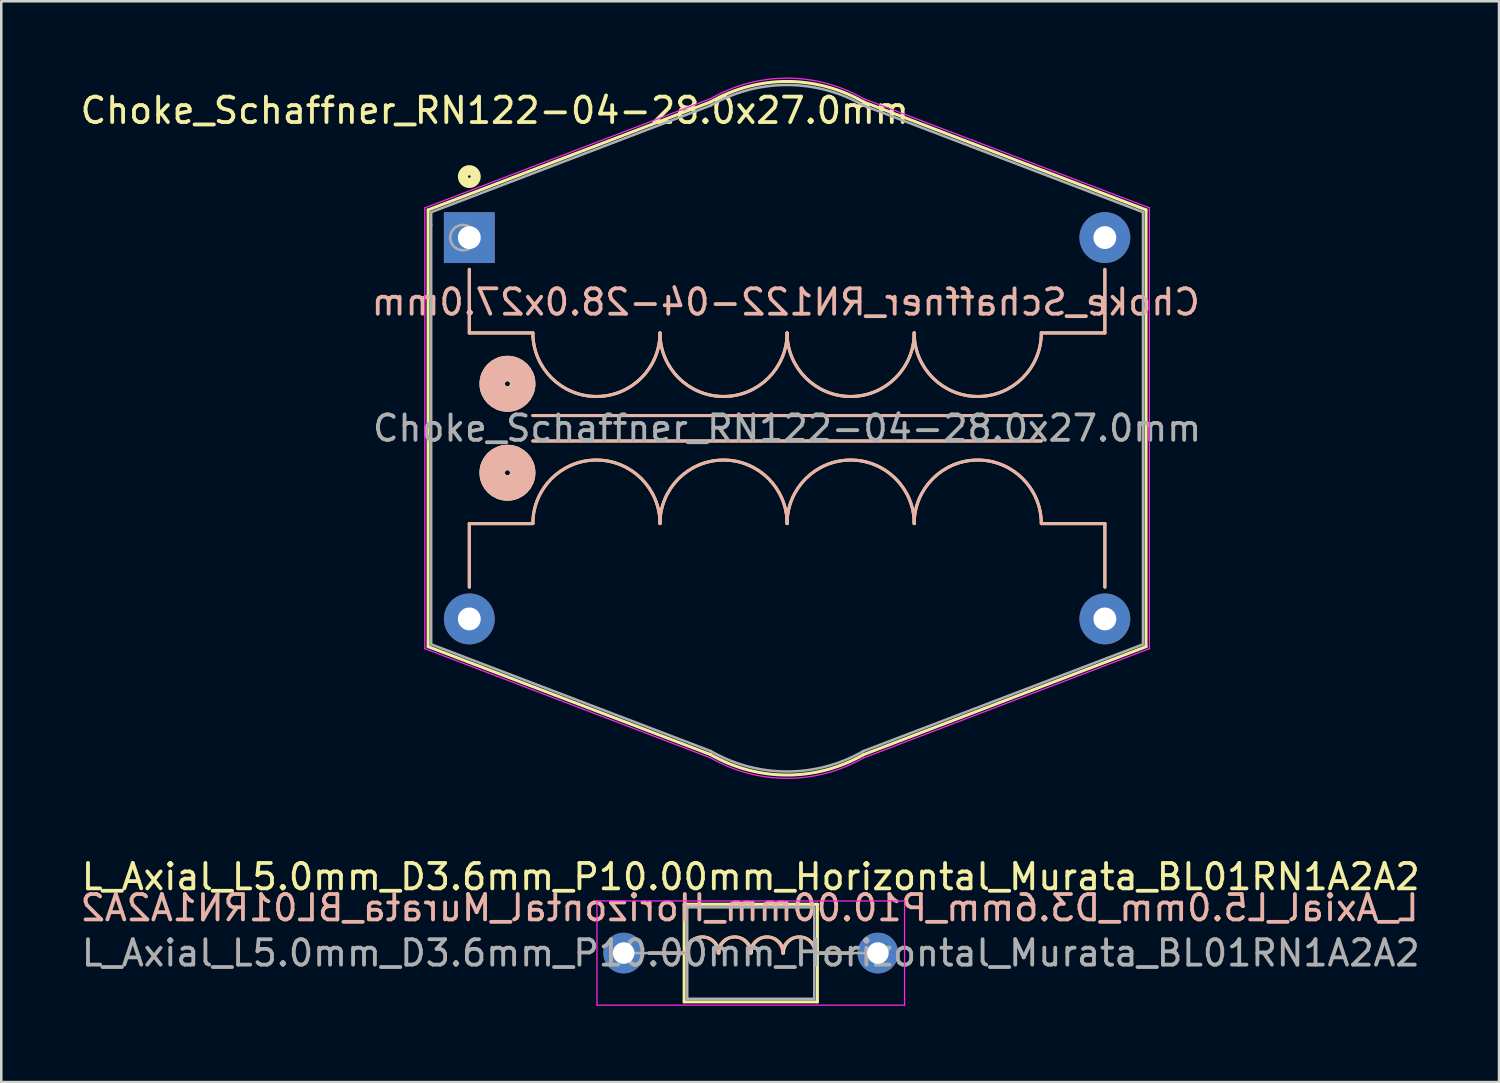
<source format=kicad_pcb>
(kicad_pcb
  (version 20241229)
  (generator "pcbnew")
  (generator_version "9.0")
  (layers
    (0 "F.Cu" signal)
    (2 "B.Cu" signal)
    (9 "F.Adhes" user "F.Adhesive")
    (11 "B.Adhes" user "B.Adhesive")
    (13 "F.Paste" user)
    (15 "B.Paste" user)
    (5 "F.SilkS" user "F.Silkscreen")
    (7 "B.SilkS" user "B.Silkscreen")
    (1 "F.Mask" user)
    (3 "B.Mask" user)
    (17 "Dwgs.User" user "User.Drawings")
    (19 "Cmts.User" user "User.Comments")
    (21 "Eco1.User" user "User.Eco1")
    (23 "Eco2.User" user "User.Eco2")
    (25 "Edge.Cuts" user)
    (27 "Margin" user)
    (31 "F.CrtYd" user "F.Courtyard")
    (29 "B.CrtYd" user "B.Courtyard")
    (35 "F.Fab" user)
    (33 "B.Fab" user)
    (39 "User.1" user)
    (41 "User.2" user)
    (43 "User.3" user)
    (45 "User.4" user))
  (footprint "Choke_Schaffner_RN122-04-28.0x27.0mm"
    (layer "F.Cu")
    (at 15.411 6.296)
    (property "Reference" "Choke_Schaffner_RN122-04-28.0x27.0mm" (at 1 -5 0) (layer "F.SilkS") (effects (font (size 1 1) (thickness 0.15))))
    (fp_line (start -1.62 -1.09) (end 9.5 -5.34) (stroke (width 0.12) (type solid)) (layer "F.SilkS"))
    (fp_line (start -1.62 16.09) (end -1.62 -1.09) (stroke (width 0.12) (type solid)) (layer "F.SilkS"))
    (fp_line (start 0 3.75) (end 0 1.25) (stroke (width 0.12) (type solid)) (layer "F.SilkS"))
    (fp_line (start 0 3.75) (end 2.5 3.75) (stroke (width 0.12) (type solid)) (layer "F.SilkS"))
    (fp_line (start 0 11.25) (end 0 13.75) (stroke (width 0.12) (type solid)) (layer "F.SilkS"))
    (fp_line (start 2.5 7) (end 22.5 7) (stroke (width 0.12) (type solid)) (layer "F.SilkS"))
    (fp_line (start 2.5 11.25) (end 0 11.25) (stroke (width 0.12) (type solid)) (layer "F.SilkS"))
    (fp_line (start 9.5 20.34) (end -1.62 16.09) (stroke (width 0.12) (type solid)) (layer "F.SilkS"))
    (fp_line (start 15.5 -5.34) (end 26.62 -1.09) (stroke (width 0.12) (type solid)) (layer "F.SilkS"))
    (fp_line (start 22.5 3.75) (end 25 3.75) (stroke (width 0.12) (type solid)) (layer "F.SilkS"))
    (fp_line (start 22.5 8) (end 2.5 8) (stroke (width 0.12) (type solid)) (layer "F.SilkS"))
    (fp_line (start 25 3.75) (end 25 1.25) (stroke (width 0.12) (type solid)) (layer "F.SilkS"))
    (fp_line (start 25 11.25) (end 22.5 11.25) (stroke (width 0.12) (type solid)) (layer "F.SilkS"))
    (fp_line (start 25 11.25) (end 25 13.75) (stroke (width 0.12) (type solid)) (layer "F.SilkS"))
    (fp_line (start 26.62 -1.09) (end 26.62 16.09) (stroke (width 0.12) (type solid)) (layer "F.SilkS"))
    (fp_line (start 26.62 16.09) (end 15.5 20.34) (stroke (width 0.12) (type solid)) (layer "F.SilkS"))
    (fp_arc (start 2.5 11.25) (mid 5 8.75) (end 7.5 11.25) (stroke (width 0.12) (type solid)) (layer "F.SilkS"))
    (fp_arc (start 7.5 3.75) (mid 5 6.25) (end 2.5 3.75) (stroke (width 0.12) (type solid)) (layer "F.SilkS"))
    (fp_arc (start 7.5 11.25) (mid 10 8.75) (end 12.5 11.25) (stroke (width 0.12) (type solid)) (layer "F.SilkS"))
    (fp_arc (start 9.5 -5.34) (mid 12.511924 -6.140653) (end 15.520653 -5.328076) (stroke (width 0.12) (type solid)) (layer "F.SilkS"))
    (fp_arc (start 12.5 3.75) (mid 10 6.25) (end 7.5 3.75) (stroke (width 0.12) (type solid)) (layer "F.SilkS"))
    (fp_arc (start 12.5 11.25) (mid 15 8.75) (end 17.5 11.25) (stroke (width 0.12) (type solid)) (layer "F.SilkS"))
    (fp_arc (start 15.5 20.34) (mid 12.488076 21.140653) (end 9.479347 20.328076) (stroke (width 0.12) (type solid)) (layer "F.SilkS"))
    (fp_arc (start 17.5 3.75) (mid 15 6.25) (end 12.5 3.75) (stroke (width 0.12) (type solid)) (layer "F.SilkS"))
    (fp_arc (start 17.5 11.25) (mid 20 8.75) (end 22.5 11.25) (stroke (width 0.12) (type solid)) (layer "F.SilkS"))
    (fp_arc (start 22.5 3.75) (mid 20 6.25) (end 17.5 3.75) (stroke (width 0.12) (type solid)) (layer "F.SilkS"))
    (fp_circle (center 0 -2.4) (end 0.05 -2.4) (stroke (width 0.4) (type solid)) (fill no) (layer "F.SilkS"))
    (fp_circle (center 1.5 5.75) (end 1.6 5.75) (stroke (width 1) (type solid)) (fill no) (layer "F.SilkS"))
    (fp_circle (center 1.5 9.25) (end 1.6 9.25) (stroke (width 1) (type solid)) (fill no) (layer "F.SilkS"))
    (fp_line (start 0 3.75) (end 0 1.25) (stroke (width 0.12) (type solid)) (layer "B.SilkS"))
    (fp_line (start 0 11.25) (end 0 13.75) (stroke (width 0.12) (type solid)) (layer "B.SilkS"))
    (fp_line (start 0 11.25) (end 2.5 11.25) (stroke (width 0.12) (type solid)) (layer "B.SilkS"))
    (fp_line (start 2.5 3.75) (end 0 3.75) (stroke (width 0.12) (type solid)) (layer "B.SilkS"))
    (fp_line (start 2.5 8) (end 22.5 8) (stroke (width 0.12) (type solid)) (layer "B.SilkS"))
    (fp_line (start 22.5 7) (end 2.5 7) (stroke (width 0.12) (type solid)) (layer "B.SilkS"))
    (fp_line (start 22.5 11.25) (end 25 11.25) (stroke (width 0.12) (type solid)) (layer "B.SilkS"))
    (fp_line (start 25 3.75) (end 22.5 3.75) (stroke (width 0.12) (type solid)) (layer "B.SilkS"))
    (fp_line (start 25 3.75) (end 25 1.25) (stroke (width 0.12) (type solid)) (layer "B.SilkS"))
    (fp_line (start 25 11.25) (end 25 13.75) (stroke (width 0.12) (type solid)) (layer "B.SilkS"))
    (fp_arc (start 2.5 11.25) (mid 5 8.75) (end 7.5 11.25) (stroke (width 0.12) (type solid)) (layer "B.SilkS"))
    (fp_arc (start 7.5 3.75) (mid 5 6.25) (end 2.5 3.75) (stroke (width 0.12) (type solid)) (layer "B.SilkS"))
    (fp_arc (start 7.5 11.25) (mid 10 8.75) (end 12.5 11.25) (stroke (width 0.12) (type solid)) (layer "B.SilkS"))
    (fp_arc (start 12.5 3.75) (mid 10 6.25) (end 7.5 3.75) (stroke (width 0.12) (type solid)) (layer "B.SilkS"))
    (fp_arc (start 12.5 11.25) (mid 15 8.75) (end 17.5 11.25) (stroke (width 0.12) (type solid)) (layer "B.SilkS"))
    (fp_arc (start 17.5 3.75) (mid 15 6.25) (end 12.5 3.75) (stroke (width 0.12) (type solid)) (layer "B.SilkS"))
    (fp_arc (start 17.5 11.25) (mid 20 8.75) (end 22.5 11.25) (stroke (width 0.12) (type solid)) (layer "B.SilkS"))
    (fp_arc (start 22.5 3.75) (mid 20 6.25) (end 17.5 3.75) (stroke (width 0.12) (type solid)) (layer "B.SilkS"))
    (fp_circle (center 1.5 5.75) (end 1.6 5.75) (stroke (width 1) (type solid)) (fill no) (layer "B.SilkS"))
    (fp_circle (center 1.5 9.25) (end 1.6 9.25) (stroke (width 1) (type solid)) (fill no) (layer "B.SilkS"))
    (fp_line (start -1.75 -1.17) (end 9.5 -5.47) (stroke (width 0.05) (type solid)) (layer "F.CrtYd"))
    (fp_line (start -1.75 16.17) (end -1.75 -1.17) (stroke (width 0.05) (type solid)) (layer "F.CrtYd"))
    (fp_line (start 9.5 20.47) (end -1.75 16.17) (stroke (width 0.05) (type solid)) (layer "F.CrtYd"))
    (fp_line (start 15.5 -5.47) (end 26.75 -1.17) (stroke (width 0.05) (type solid)) (layer "F.CrtYd"))
    (fp_line (start 26.75 -1.17) (end 26.75 16.17) (stroke (width 0.05) (type solid)) (layer "F.CrtYd"))
    (fp_line (start 26.75 16.17) (end 15.5 20.47) (stroke (width 0.05) (type solid)) (layer "F.CrtYd"))
    (fp_arc (start 9.5 -5.47) (mid 12.511924 -6.270653) (end 15.520653 -5.458076) (stroke (width 0.05) (type solid)) (layer "F.CrtYd"))
    (fp_arc (start 15.5 20.47) (mid 12.488076 21.270653) (end 9.479347 20.458076) (stroke (width 0.05) (type solid)) (layer "F.CrtYd"))
    (fp_line (start -1.5 -1) (end 9.5 -5.2) (stroke (width 0.1) (type solid)) (layer "F.Fab"))
    (fp_line (start -1.5 -0.5) (end -1.5 -1) (stroke (width 0.1) (type solid)) (layer "F.Fab"))
    (fp_line (start -1.5 16) (end -1.5 -0.5) (stroke (width 0.1) (type solid)) (layer "F.Fab"))
    (fp_line (start 9.5 20.2) (end -1.5 16) (stroke (width 0.1) (type solid)) (layer "F.Fab"))
    (fp_line (start 15.5 -5.2) (end 26.5 -1) (stroke (width 0.1) (type solid)) (layer "F.Fab"))
    (fp_line (start 26.5 -1) (end 26.5 16) (stroke (width 0.1) (type solid)) (layer "F.Fab"))
    (fp_line (start 26.5 16) (end 15.5 20.2) (stroke (width 0.1) (type solid)) (layer "F.Fab"))
    (fp_arc (start 9.5 -5.2) (mid 12.501924 -6.003332) (end 15.503332 -5.198076) (stroke (width 0.1) (type solid)) (layer "F.Fab"))
    (fp_arc (start 15.5 20.2) (mid 12.498076 21.003332) (end 9.496668 20.198076) (stroke (width 0.1) (type solid)) (layer "F.Fab"))
    (fp_circle (center -0.25 0) (end 0.25 0) (stroke (width 0.1) (type solid)) (fill no) (layer "F.Fab"))
    (fp_text user "${REFERENCE}" (at 12.446 2.54 0) (layer "B.SilkS") (effects (font (size 1 1) (thickness 0.15)) (justify mirror)))
    (fp_text user "${REFERENCE}" (at 12.5 7.5 0) (layer "F.Fab") (effects (font (size 1 1) (thickness 0.15))))
    (pad "1" thru_hole rect (at 0 0) (size 2 2) (drill 0.9) (layers "*.Cu" "*.Mask"))
    (pad "2" thru_hole circle (at 25 0) (size 2 2) (drill 0.9) (layers "*.Cu" "*.Mask"))
    (pad "3" thru_hole circle (at 0 15) (size 2 2) (drill 0.9) (layers "*.Cu" "*.Mask"))
    (pad "4" thru_hole circle (at 25 15) (size 2 2) (drill 0.9) (layers "*.Cu" "*.Mask")))
  (footprint "L_Axial_L5.0mm_D3.6mm_P10.00mm_Horizontal_Murata_BL01RN1A2A2"
    (layer "F.Cu")
    (at 21.482 34.44)
    (property "Reference" "L_Axial_L5.0mm_D3.6mm_P10.00mm_Horizontal_Murata_BL01RN1A2A2" (at 5 -3 0) (layer "F.SilkS") (effects (font (size 1 1) (thickness 0.15))))
    (fp_line (start 1 0) (end 2.38 0) (stroke (width 0.12) (type solid)) (layer "F.SilkS"))
    (fp_line (start 2.38 -1.92) (end 2.38 1.92) (stroke (width 0.12) (type solid)) (layer "F.SilkS"))
    (fp_line (start 2.38 1.92) (end 7.62 1.92) (stroke (width 0.12) (type solid)) (layer "F.SilkS"))
    (fp_line (start 2.477 0) (end 2.349 0) (stroke (width 0.12) (type solid)) (layer "F.SilkS"))
    (fp_line (start 7.556 0) (end 7.62 0) (stroke (width 0.12) (type solid)) (layer "F.SilkS"))
    (fp_line (start 7.62 -1.92) (end 2.38 -1.92) (stroke (width 0.12) (type solid)) (layer "F.SilkS"))
    (fp_line (start 7.62 1.92) (end 7.62 -1.92) (stroke (width 0.12) (type solid)) (layer "F.SilkS"))
    (fp_line (start 9 0) (end 7.62 0) (stroke (width 0.12) (type solid)) (layer "F.SilkS"))
    (fp_arc (start 2.4765 0) (mid 3.1115 -0.635) (end 3.7465 0) (stroke (width 0.12) (type solid)) (layer "F.SilkS"))
    (fp_arc (start 3.7465 0) (mid 4.3815 -0.635) (end 5.0165 0) (stroke (width 0.12) (type solid)) (layer "F.SilkS"))
    (fp_arc (start 5.0165 0) (mid 5.6515 -0.635) (end 6.2865 0) (stroke (width 0.12) (type solid)) (layer "F.SilkS"))
    (fp_arc (start 6.2865 0) (mid 6.9215 -0.635) (end 7.5565 0) (stroke (width 0.12) (type solid)) (layer "F.SilkS"))
    (fp_line (start 1 0) (end 2.38 0) (stroke (width 0.12) (type solid)) (layer "B.SilkS"))
    (fp_line (start 2.443 0) (end 2.38 0) (stroke (width 0.12) (type solid)) (layer "B.SilkS"))
    (fp_line (start 7.524 0) (end 7.651 0) (stroke (width 0.12) (type solid)) (layer "B.SilkS"))
    (fp_line (start 9 0) (end 7.62 0) (stroke (width 0.12) (type solid)) (layer "B.SilkS"))
    (fp_arc (start 2.4435 0) (mid 3.0785 -0.635) (end 3.7135 0) (stroke (width 0.12) (type solid)) (layer "B.SilkS"))
    (fp_arc (start 3.7135 0) (mid 4.3485 -0.635) (end 4.9835 0) (stroke (width 0.12) (type solid)) (layer "B.SilkS"))
    (fp_arc (start 4.9835 0) (mid 5.6185 -0.635) (end 6.2535 0) (stroke (width 0.12) (type solid)) (layer "B.SilkS"))
    (fp_arc (start 6.2535 0) (mid 6.8885 -0.635) (end 7.5235 0) (stroke (width 0.12) (type solid)) (layer "B.SilkS"))
    (fp_line (start -1.05 -2.05) (end -1.05 2.05) (stroke (width 0.05) (type solid)) (layer "F.CrtYd"))
    (fp_line (start -1.05 2.05) (end 11.05 2.05) (stroke (width 0.05) (type solid)) (layer "F.CrtYd"))
    (fp_line (start 11.05 -2.05) (end -1.05 -2.05) (stroke (width 0.05) (type solid)) (layer "F.CrtYd"))
    (fp_line (start 11.05 2.05) (end 11.05 -2.05) (stroke (width 0.05) (type solid)) (layer "F.CrtYd"))
    (fp_line (start 0 0) (end 2.5 0) (stroke (width 0.1) (type solid)) (layer "F.Fab"))
    (fp_line (start 2.5 -1.8) (end 2.5 1.8) (stroke (width 0.1) (type solid)) (layer "F.Fab"))
    (fp_line (start 2.5 1.8) (end 7.5 1.8) (stroke (width 0.1) (type solid)) (layer "F.Fab"))
    (fp_line (start 7.5 -1.8) (end 2.5 -1.8) (stroke (width 0.1) (type solid)) (layer "F.Fab"))
    (fp_line (start 7.5 1.8) (end 7.5 -1.8) (stroke (width 0.1) (type solid)) (layer "F.Fab"))
    (fp_line (start 10 0) (end 7.5 0) (stroke (width 0.1) (type solid)) (layer "F.Fab"))
    (fp_text user "${REFERENCE}" (at 4.953 -1.778 0) (layer "B.SilkS") (effects (font (size 1 1) (thickness 0.15)) (justify mirror)))
    (fp_text user "${REFERENCE}" (at 5 0 0) (layer "F.Fab") (effects (font (size 1 1) (thickness 0.15))))
    (pad "1" thru_hole circle (at 0 0) (size 1.6 1.6) (drill 0.85) (layers "*.Cu" "*.Mask"))
    (pad "2" thru_hole oval (at 10 0) (size 1.6 1.6) (drill 0.85) (layers "*.Cu" "*.Mask")))
  (gr_rect
    (start -3 -3)
    (end 55.916 39.515)
    (stroke (width 0.1) (type default))
    (fill no)
    (layer "Edge.Cuts")))
</source>
